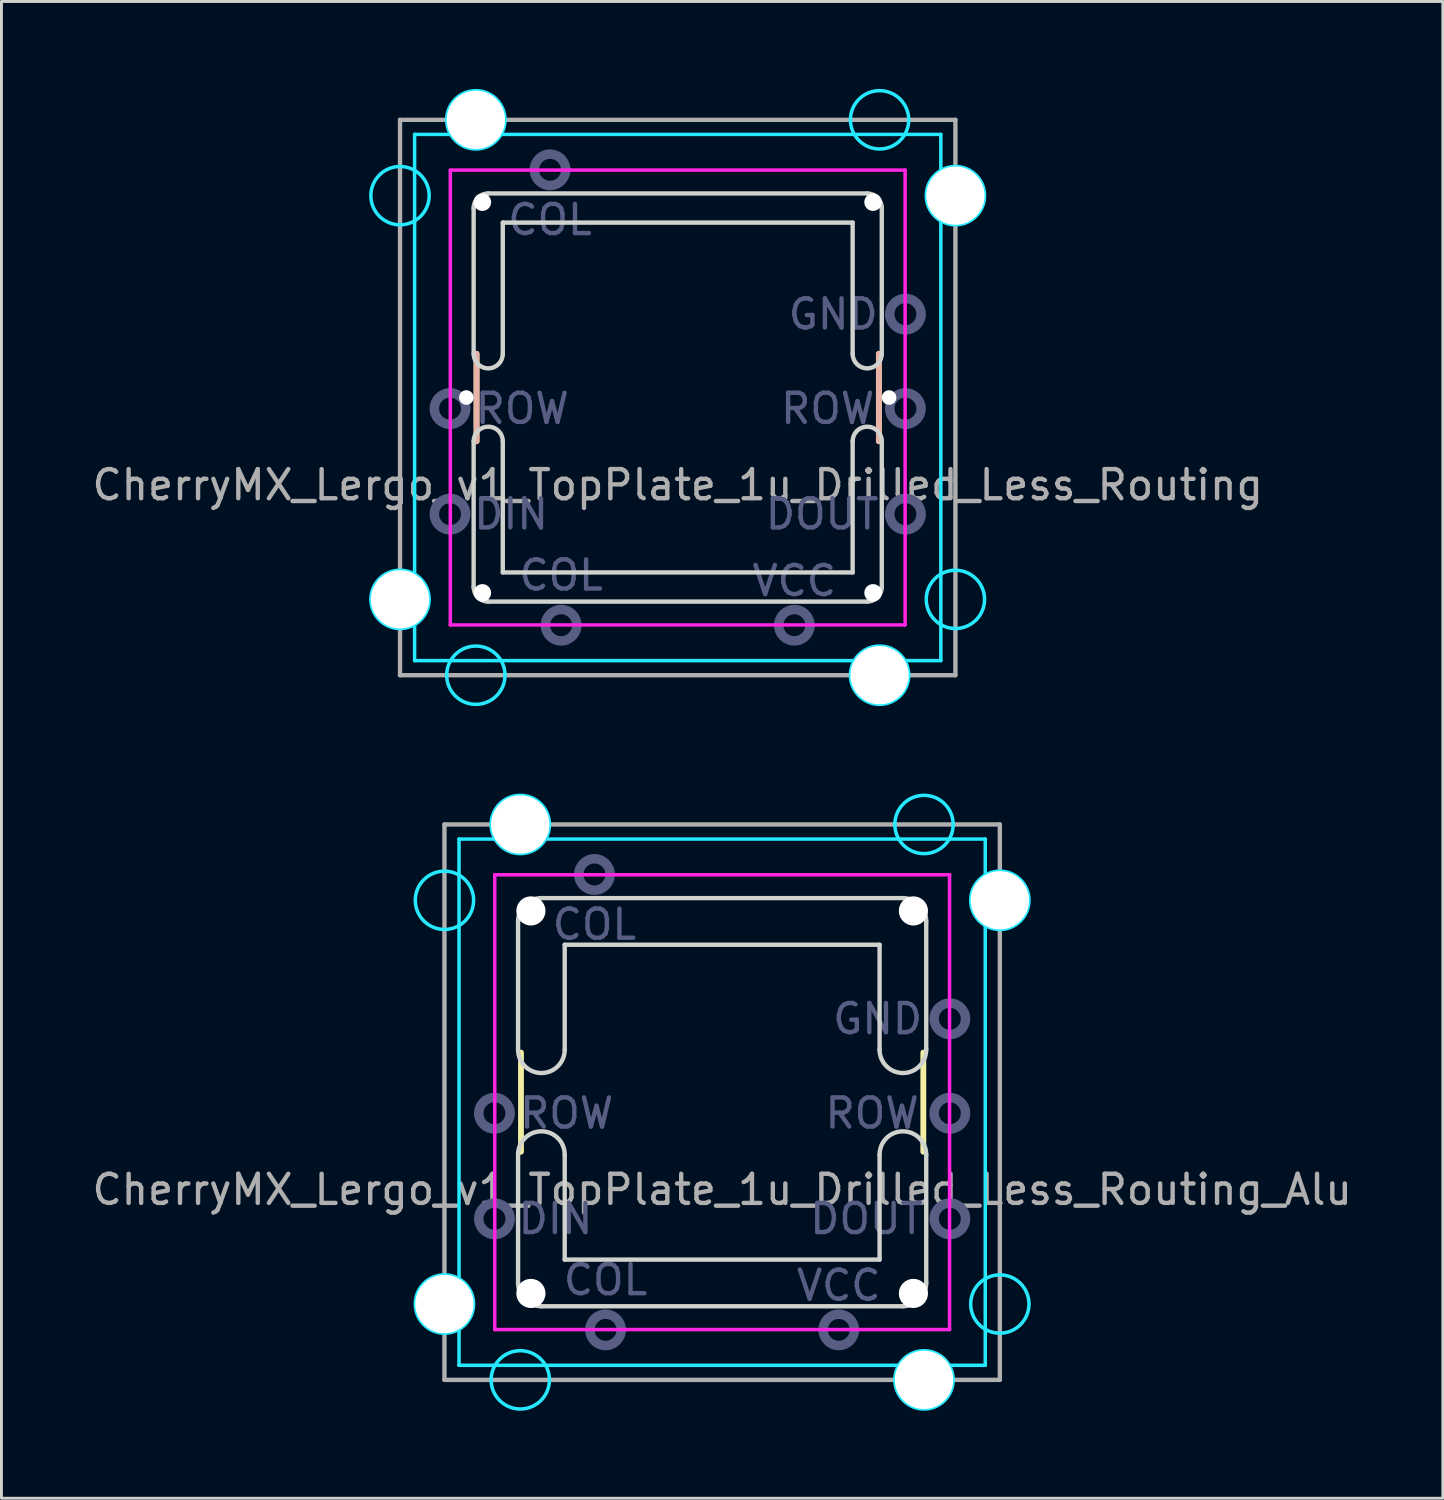
<source format=kicad_pcb>
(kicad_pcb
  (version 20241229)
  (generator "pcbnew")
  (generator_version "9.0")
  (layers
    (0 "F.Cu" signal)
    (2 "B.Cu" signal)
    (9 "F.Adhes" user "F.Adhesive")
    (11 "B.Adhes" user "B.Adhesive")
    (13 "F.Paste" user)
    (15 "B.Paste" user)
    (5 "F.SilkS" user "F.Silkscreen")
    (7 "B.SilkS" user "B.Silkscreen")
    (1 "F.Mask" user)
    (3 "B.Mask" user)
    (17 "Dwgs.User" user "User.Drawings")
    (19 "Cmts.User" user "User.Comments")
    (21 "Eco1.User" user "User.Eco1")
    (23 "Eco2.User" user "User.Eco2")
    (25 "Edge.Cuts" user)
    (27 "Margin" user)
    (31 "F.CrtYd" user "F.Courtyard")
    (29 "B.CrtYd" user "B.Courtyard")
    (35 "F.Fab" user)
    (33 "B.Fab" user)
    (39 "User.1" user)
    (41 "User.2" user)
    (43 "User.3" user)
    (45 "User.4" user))
  (footprint "CherryMX_Lergo_v1_TopPlate_1u_Drilled_Less_Routing"
    (layer "F.Cu")
    (at 20.196 10.585)
    (property "Reference" "CherryMX_Lergo_v1_TopPlate_1u_Drilled_Less_Routing" (at 0 3 0) (layer "F.Fab") (effects (font (size 1 1) (thickness 0.15))))
    (attr through_hole)
    (fp_line (start -6.9 -1.5) (end -6.9 1.5) (stroke (width 0.2) (type solid)) (layer "F.SilkS"))
    (fp_line (start 6.9 -1.5) (end 6.9 1.5) (stroke (width 0.2) (type solid)) (layer "F.SilkS"))
    (fp_line (start -6.9 -1.5) (end -6.9 1.5) (stroke (width 0.2) (type solid)) (layer "B.SilkS"))
    (fp_line (start 6.9 -1.5) (end 6.9 1.5) (stroke (width 0.2) (type solid)) (layer "B.SilkS"))
    (fp_line (start -7 -6.5) (end -7 -1.5) (stroke (width 0.15) (type solid)) (layer "Edge.Cuts"))
    (fp_line (start -7 1.5) (end -7 6.5) (stroke (width 0.15) (type solid)) (layer "Edge.Cuts"))
    (fp_line (start -6.5 7) (end 6.5 7) (stroke (width 0.15) (type solid)) (layer "Edge.Cuts"))
    (fp_line (start -6 -6) (end -6 -1.5) (stroke (width 0.15) (type solid)) (layer "Edge.Cuts"))
    (fp_line (start -6 1.5) (end -6 6) (stroke (width 0.15) (type solid)) (layer "Edge.Cuts"))
    (fp_line (start -6 6) (end 6 6) (stroke (width 0.15) (type solid)) (layer "Edge.Cuts"))
    (fp_line (start 6 -6) (end -6 -6) (stroke (width 0.15) (type solid)) (layer "Edge.Cuts"))
    (fp_line (start 6 -1.5) (end 6 -6) (stroke (width 0.15) (type solid)) (layer "Edge.Cuts"))
    (fp_line (start 6 6) (end 6 1.5) (stroke (width 0.15) (type solid)) (layer "Edge.Cuts"))
    (fp_line (start 6.5 -7) (end -6.5 -7) (stroke (width 0.15) (type solid)) (layer "Edge.Cuts"))
    (fp_line (start 7 -1.5) (end 7 -6.5) (stroke (width 0.15) (type solid)) (layer "Edge.Cuts"))
    (fp_line (start 7 6.5) (end 7 1.5) (stroke (width 0.15) (type solid)) (layer "Edge.Cuts"))
    (fp_arc (start -7 -6.5) (mid -6.853553 -6.853553) (end -6.5 -7) (stroke (width 0.15) (type solid)) (layer "Edge.Cuts"))
    (fp_arc (start -7 1.5) (mid -6.5 1) (end -6 1.5) (stroke (width 0.15) (type solid)) (layer "Edge.Cuts"))
    (fp_arc (start -6.5 7) (mid -6.853553 6.853553) (end -7 6.5) (stroke (width 0.15) (type solid)) (layer "Edge.Cuts"))
    (fp_arc (start -6 -1.5) (mid -6.5 -1) (end -7 -1.5) (stroke (width 0.15) (type solid)) (layer "Edge.Cuts"))
    (fp_arc (start 6 1.5) (mid 6.5 1) (end 7 1.5) (stroke (width 0.15) (type solid)) (layer "Edge.Cuts"))
    (fp_arc (start 6.5 -7) (mid 6.853553 -6.853553) (end 7 -6.5) (stroke (width 0.15) (type solid)) (layer "Edge.Cuts"))
    (fp_arc (start 7 -1.5) (mid 6.5 -1) (end 6 -1.5) (stroke (width 0.15) (type solid)) (layer "Edge.Cuts"))
    (fp_arc (start 7 6.5) (mid 6.853553 6.853553) (end 6.5 7) (stroke (width 0.15) (type solid)) (layer "Edge.Cuts"))
    (fp_line (start -9.025 -9.025) (end 9.025 -9.025) (stroke (width 0.12) (type solid)) (layer "B.CrtYd"))
    (fp_line (start -9.025 9.025) (end -9.025 -9.025) (stroke (width 0.12) (type solid)) (layer "B.CrtYd"))
    (fp_line (start 9.025 -9.025) (end 9.025 9.025) (stroke (width 0.12) (type solid)) (layer "B.CrtYd"))
    (fp_line (start 9.025 9.025) (end -9.025 9.025) (stroke (width 0.12) (type solid)) (layer "B.CrtYd"))
    (fp_circle (center -9.525 -6.924) (end -9.525 -7.924) (stroke (width 0.12) (type solid)) (fill no) (layer "B.CrtYd"))
    (fp_circle (center -9.525 6.924) (end -9.525 5.924) (stroke (width 0.12) (type solid)) (fill no) (layer "B.CrtYd"))
    (fp_circle (center -6.924 -9.525) (end -5.924 -9.525) (stroke (width 0.12) (type solid)) (fill no) (layer "B.CrtYd"))
    (fp_circle (center -6.924 9.525) (end -5.924 9.525) (stroke (width 0.12) (type solid)) (fill no) (layer "B.CrtYd"))
    (fp_circle (center 6.924 -9.525) (end 7.924 -9.525) (stroke (width 0.12) (type solid)) (fill no) (layer "B.CrtYd"))
    (fp_circle (center 6.924 9.525) (end 7.924 9.525) (stroke (width 0.12) (type solid)) (fill no) (layer "B.CrtYd"))
    (fp_circle (center 9.525 -6.924) (end 9.525 -7.924) (stroke (width 0.12) (type solid)) (fill no) (layer "B.CrtYd"))
    (fp_circle (center 9.525 6.924) (end 9.525 5.924) (stroke (width 0.12) (type solid)) (fill no) (layer "B.CrtYd"))
    (fp_line (start -7.8 -7.8) (end 7.8 -7.8) (stroke (width 0.12) (type solid)) (layer "F.CrtYd"))
    (fp_line (start -7.8 7.8) (end -7.8 -7.8) (stroke (width 0.12) (type solid)) (layer "F.CrtYd"))
    (fp_line (start 7.8 -7.8) (end 7.8 7.8) (stroke (width 0.12) (type solid)) (layer "F.CrtYd"))
    (fp_line (start 7.8 7.8) (end -7.8 7.8) (stroke (width 0.12) (type solid)) (layer "F.CrtYd"))
    (fp_circle (center -7.81 0.38) (end -7.272 0.38) (stroke (width 0.325) (type solid)) (fill no) (layer "B.Fab"))
    (fp_circle (center -7.81 4) (end -7.272 4) (stroke (width 0.325) (type solid)) (fill no) (layer "B.Fab"))
    (fp_circle (center -4.38 -7.81) (end -3.842 -7.81) (stroke (width 0.325) (type solid)) (fill no) (layer "B.Fab"))
    (fp_circle (center -4 7.81) (end -3.462 7.81) (stroke (width 0.325) (type solid)) (fill no) (layer "B.Fab"))
    (fp_circle (center 4 7.81) (end 4.537 7.81) (stroke (width 0.325) (type solid)) (fill no) (layer "B.Fab"))
    (fp_circle (center 7.81 -2.86) (end 8.348 -2.86) (stroke (width 0.325) (type solid)) (fill no) (layer "B.Fab"))
    (fp_circle (center 7.81 0.38) (end 8.348 0.38) (stroke (width 0.325) (type solid)) (fill no) (layer "B.Fab"))
    (fp_circle (center 7.81 4) (end 8.348 4) (stroke (width 0.325) (type solid)) (fill no) (layer "B.Fab"))
    (fp_line (start -9.525 -9.525) (end -9.525 9.525) (stroke (width 0.15) (type solid)) (layer "F.Fab"))
    (fp_line (start -9.525 9.525) (end 9.525 9.525) (stroke (width 0.15) (type solid)) (layer "F.Fab"))
    (fp_line (start 9.525 -9.525) (end -9.525 -9.525) (stroke (width 0.15) (type solid)) (layer "F.Fab"))
    (fp_line (start 9.525 9.525) (end 9.525 -9.525) (stroke (width 0.15) (type solid)) (layer "F.Fab"))
    (fp_text user "DOUT" (at 4.953 4 0) (layer "B.Fab") (effects (font (size 1 1) (thickness 0.15))))
    (fp_text user "ROW" (at -5.334 0.381 0) (layer "B.Fab") (effects (font (size 1 1) (thickness 0.15))))
    (fp_text user "GND" (at 5.334 -2.857 0) (layer "B.Fab") (effects (font (size 1 1) (thickness 0.15))))
    (fp_text user "COL" (at -4 6.096 0) (layer "B.Fab") (effects (font (size 1 1) (thickness 0.15))))
    (fp_text user "COL" (at -4.381 -6.096 0) (layer "B.Fab") (effects (font (size 1 1) (thickness 0.15))))
    (fp_text user "DIN" (at -5.715 4 0) (layer "B.Fab") (effects (font (size 1 1) (thickness 0.15))))
    (fp_text user "ROW" (at 5.144 0.381 0) (layer "B.Fab") (effects (font (size 1 1) (thickness 0.15))))
    (fp_text user "VCC" (at 4 6.287 0) (layer "B.Fab") (effects (font (size 1 1) (thickness 0.15))))
    (pad "" np_thru_hole circle (at -9.525 6.924 90) (size 2 2) (drill 2) (layers "*.Cu" "*.Mask"))
    (pad "" np_thru_hole circle (at -7.25 0 90) (size 0.5 0.5) (drill 0.5) (layers "*.Cu" "*.Mask"))
    (pad "" np_thru_hole circle (at -6.924 -9.525) (size 2 2) (drill 2) (layers "*.Cu" "*.Mask"))
    (pad "" np_thru_hole circle (at -6.7 -6.7) (size 0.6 0.6) (drill 0.6) (layers "*.Cu"))
    (pad "" np_thru_hole circle (at -6.7 6.7) (size 0.6 0.6) (drill 0.6) (layers "*.Cu"))
    (pad "" np_thru_hole circle (at 6.7 -6.7) (size 0.6 0.6) (drill 0.6) (layers "*.Cu"))
    (pad "" np_thru_hole circle (at 6.7 6.7) (size 0.6 0.6) (drill 0.6) (layers "*.Cu"))
    (pad "" np_thru_hole circle (at 6.924 9.525) (size 2 2) (drill 2) (layers "*.Cu" "*.Mask"))
    (pad "" np_thru_hole circle (at 7.25 0 90) (size 0.5 0.5) (drill 0.5) (layers "*.Cu" "*.Mask"))
    (pad "" np_thru_hole circle (at 9.525 -6.924 90) (size 2 2) (drill 2) (layers "*.Cu" "*.Mask")))
  (footprint "CherryMX_Lergo_v1_TopPlate_1u_Drilled_Less_Routing_Alu"
    (layer "F.Cu")
    (at 21.72 34.755)
    (property "Reference" "CherryMX_Lergo_v1_TopPlate_1u_Drilled_Less_Routing_Alu" (at 0 3 0) (layer "F.Fab") (effects (font (size 1 1) (thickness 0.15))))
    (attr through_hole)
    (fp_line (start -6.9 -1.7) (end -6.9 1.7) (stroke (width 0.2) (type solid)) (layer "F.SilkS"))
    (fp_line (start 6.9 -1.7) (end 6.9 1.7) (stroke (width 0.2) (type solid)) (layer "F.SilkS"))
    (fp_line (start -7 -6.2) (end -7 -1.8) (stroke (width 0.15) (type solid)) (layer "Edge.Cuts"))
    (fp_line (start -7 1.8) (end -7 6.2) (stroke (width 0.15) (type solid)) (layer "Edge.Cuts"))
    (fp_line (start -6.2 7) (end 6.2 7) (stroke (width 0.15) (type solid)) (layer "Edge.Cuts"))
    (fp_line (start -5.4 -5.4) (end -5.4 -1.8) (stroke (width 0.15) (type solid)) (layer "Edge.Cuts"))
    (fp_line (start -5.4 1.8) (end -5.4 5.4) (stroke (width 0.15) (type solid)) (layer "Edge.Cuts"))
    (fp_line (start -5.4 5.4) (end 5.4 5.4) (stroke (width 0.15) (type solid)) (layer "Edge.Cuts"))
    (fp_line (start 5.4 -5.4) (end -5.4 -5.4) (stroke (width 0.15) (type solid)) (layer "Edge.Cuts"))
    (fp_line (start 5.4 -1.8) (end 5.4 -5.4) (stroke (width 0.15) (type solid)) (layer "Edge.Cuts"))
    (fp_line (start 5.4 5.4) (end 5.4 1.8) (stroke (width 0.15) (type solid)) (layer "Edge.Cuts"))
    (fp_line (start 6.2 -7) (end -6.2 -7) (stroke (width 0.15) (type solid)) (layer "Edge.Cuts"))
    (fp_line (start 7 -1.8) (end 7 -6.2) (stroke (width 0.15) (type solid)) (layer "Edge.Cuts"))
    (fp_line (start 7 6.2) (end 7 1.8) (stroke (width 0.15) (type solid)) (layer "Edge.Cuts"))
    (fp_arc (start -7 -6.2) (mid -6.765685 -6.765685) (end -6.2 -7) (stroke (width 0.15) (type solid)) (layer "Edge.Cuts"))
    (fp_arc (start -7 1.8) (mid -6.2 1) (end -5.4 1.8) (stroke (width 0.15) (type solid)) (layer "Edge.Cuts"))
    (fp_arc (start -6.2 7) (mid -6.765685 6.765685) (end -7 6.2) (stroke (width 0.15) (type solid)) (layer "Edge.Cuts"))
    (fp_arc (start -5.4 -1.8) (mid -6.2 -1) (end -7 -1.8) (stroke (width 0.15) (type solid)) (layer "Edge.Cuts"))
    (fp_arc (start 5.4 1.8) (mid 6.2 1) (end 7 1.8) (stroke (width 0.15) (type solid)) (layer "Edge.Cuts"))
    (fp_arc (start 6.2 -7) (mid 6.765685 -6.765685) (end 7 -6.2) (stroke (width 0.15) (type solid)) (layer "Edge.Cuts"))
    (fp_arc (start 7 -1.8) (mid 6.2 -1) (end 5.4 -1.8) (stroke (width 0.15) (type solid)) (layer "Edge.Cuts"))
    (fp_arc (start 7 6.2) (mid 6.765685 6.765685) (end 6.2 7) (stroke (width 0.15) (type solid)) (layer "Edge.Cuts"))
    (fp_line (start -9.025 -9.025) (end 9.025 -9.025) (stroke (width 0.12) (type solid)) (layer "B.CrtYd"))
    (fp_line (start -9.025 9.025) (end -9.025 -9.025) (stroke (width 0.12) (type solid)) (layer "B.CrtYd"))
    (fp_line (start 9.025 -9.025) (end 9.025 9.025) (stroke (width 0.12) (type solid)) (layer "B.CrtYd"))
    (fp_line (start 9.025 9.025) (end -9.025 9.025) (stroke (width 0.12) (type solid)) (layer "B.CrtYd"))
    (fp_circle (center -9.525 -6.924) (end -9.525 -7.924) (stroke (width 0.12) (type solid)) (fill no) (layer "B.CrtYd"))
    (fp_circle (center -9.525 6.924) (end -9.525 5.924) (stroke (width 0.12) (type solid)) (fill no) (layer "B.CrtYd"))
    (fp_circle (center -6.924 -9.525) (end -5.924 -9.525) (stroke (width 0.12) (type solid)) (fill no) (layer "B.CrtYd"))
    (fp_circle (center -6.924 9.525) (end -5.924 9.525) (stroke (width 0.12) (type solid)) (fill no) (layer "B.CrtYd"))
    (fp_circle (center 6.924 -9.525) (end 7.924 -9.525) (stroke (width 0.12) (type solid)) (fill no) (layer "B.CrtYd"))
    (fp_circle (center 6.924 9.525) (end 7.924 9.525) (stroke (width 0.12) (type solid)) (fill no) (layer "B.CrtYd"))
    (fp_circle (center 9.525 -6.924) (end 9.525 -7.924) (stroke (width 0.12) (type solid)) (fill no) (layer "B.CrtYd"))
    (fp_circle (center 9.525 6.924) (end 9.525 5.924) (stroke (width 0.12) (type solid)) (fill no) (layer "B.CrtYd"))
    (fp_line (start -7.8 -7.8) (end 7.8 -7.8) (stroke (width 0.12) (type solid)) (layer "F.CrtYd"))
    (fp_line (start -7.8 7.8) (end -7.8 -7.8) (stroke (width 0.12) (type solid)) (layer "F.CrtYd"))
    (fp_line (start 7.8 -7.8) (end 7.8 7.8) (stroke (width 0.12) (type solid)) (layer "F.CrtYd"))
    (fp_line (start 7.8 7.8) (end -7.8 7.8) (stroke (width 0.12) (type solid)) (layer "F.CrtYd"))
    (fp_circle (center -7.81 0.38) (end -7.272 0.38) (stroke (width 0.325) (type solid)) (fill no) (layer "B.Fab"))
    (fp_circle (center -7.81 4) (end -7.272 4) (stroke (width 0.325) (type solid)) (fill no) (layer "B.Fab"))
    (fp_circle (center -4.38 -7.81) (end -3.842 -7.81) (stroke (width 0.325) (type solid)) (fill no) (layer "B.Fab"))
    (fp_circle (center -4 7.81) (end -3.462 7.81) (stroke (width 0.325) (type solid)) (fill no) (layer "B.Fab"))
    (fp_circle (center 4 7.81) (end 4.537 7.81) (stroke (width 0.325) (type solid)) (fill no) (layer "B.Fab"))
    (fp_circle (center 7.81 -2.86) (end 8.348 -2.86) (stroke (width 0.325) (type solid)) (fill no) (layer "B.Fab"))
    (fp_circle (center 7.81 0.38) (end 8.348 0.38) (stroke (width 0.325) (type solid)) (fill no) (layer "B.Fab"))
    (fp_circle (center 7.81 4) (end 8.348 4) (stroke (width 0.325) (type solid)) (fill no) (layer "B.Fab"))
    (fp_line (start -9.525 -9.525) (end -9.525 9.525) (stroke (width 0.15) (type solid)) (layer "F.Fab"))
    (fp_line (start -9.525 9.525) (end 9.525 9.525) (stroke (width 0.15) (type solid)) (layer "F.Fab"))
    (fp_line (start 9.525 -9.525) (end -9.525 -9.525) (stroke (width 0.15) (type solid)) (layer "F.Fab"))
    (fp_line (start 9.525 9.525) (end 9.525 -9.525) (stroke (width 0.15) (type solid)) (layer "F.Fab"))
    (fp_text user "VCC" (at 4 6.287 0) (layer "B.Fab") (effects (font (size 1 1) (thickness 0.15))))
    (fp_text user "GND" (at 5.334 -2.857 0) (layer "B.Fab") (effects (font (size 1 1) (thickness 0.15))))
    (fp_text user "COL" (at -4 6.096 0) (layer "B.Fab") (effects (font (size 1 1) (thickness 0.15))))
    (fp_text user "COL" (at -4.381 -6.096 0) (layer "B.Fab") (effects (font (size 1 1) (thickness 0.15))))
    (fp_text user "ROW" (at 5.144 0.381 0) (layer "B.Fab") (effects (font (size 1 1) (thickness 0.15))))
    (fp_text user "ROW" (at -5.334 0.381 0) (layer "B.Fab") (effects (font (size 1 1) (thickness 0.15))))
    (fp_text user "DIN" (at -5.715 4 0) (layer "B.Fab") (effects (font (size 1 1) (thickness 0.15))))
    (fp_text user "DOUT" (at 4.953 4 0) (layer "B.Fab") (effects (font (size 1 1) (thickness 0.15))))
    (pad "" np_thru_hole circle (at -9.525 6.924 90) (size 2 2) (drill 2) (layers "*.Cu" "*.Mask"))
    (pad "" np_thru_hole circle (at -6.924 -9.525) (size 2 2) (drill 2) (layers "*.Cu" "*.Mask"))
    (pad "" np_thru_hole circle (at -6.56 -6.56) (size 1 1) (drill 1) (layers "*.Cu"))
    (pad "" np_thru_hole circle (at -6.56 6.56) (size 1 1) (drill 1) (layers "*.Cu"))
    (pad "" np_thru_hole circle (at 6.56 -6.56) (size 1 1) (drill 1) (layers "*.Cu"))
    (pad "" np_thru_hole circle (at 6.56 6.56) (size 1 1) (drill 1) (layers "*.Cu"))
    (pad "" np_thru_hole circle (at 6.924 9.525) (size 2 2) (drill 2) (layers "*.Cu" "*.Mask"))
    (pad "" np_thru_hole circle (at 9.525 -6.924 90) (size 2 2) (drill 2) (layers "*.Cu" "*.Mask")))
  (gr_rect
    (start -3 -3)
    (end 46.44 48.34)
    (stroke (width 0.1) (type default))
    (fill no)
    (layer "Edge.Cuts")))
</source>
